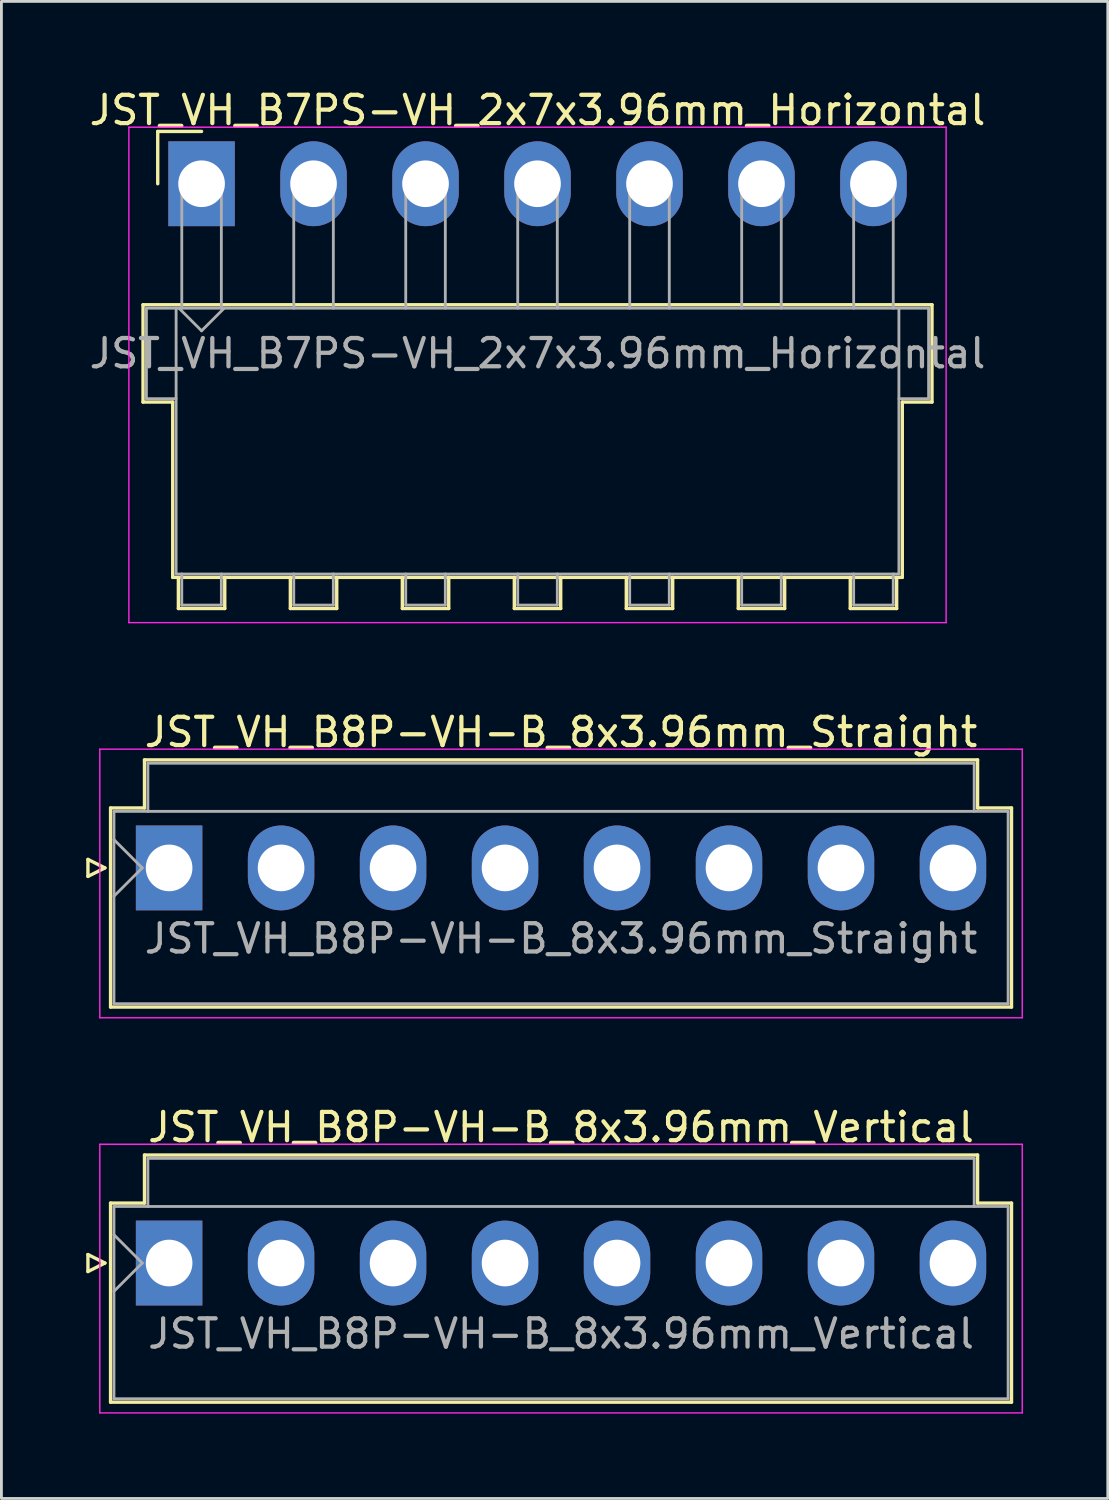
<source format=kicad_pcb>
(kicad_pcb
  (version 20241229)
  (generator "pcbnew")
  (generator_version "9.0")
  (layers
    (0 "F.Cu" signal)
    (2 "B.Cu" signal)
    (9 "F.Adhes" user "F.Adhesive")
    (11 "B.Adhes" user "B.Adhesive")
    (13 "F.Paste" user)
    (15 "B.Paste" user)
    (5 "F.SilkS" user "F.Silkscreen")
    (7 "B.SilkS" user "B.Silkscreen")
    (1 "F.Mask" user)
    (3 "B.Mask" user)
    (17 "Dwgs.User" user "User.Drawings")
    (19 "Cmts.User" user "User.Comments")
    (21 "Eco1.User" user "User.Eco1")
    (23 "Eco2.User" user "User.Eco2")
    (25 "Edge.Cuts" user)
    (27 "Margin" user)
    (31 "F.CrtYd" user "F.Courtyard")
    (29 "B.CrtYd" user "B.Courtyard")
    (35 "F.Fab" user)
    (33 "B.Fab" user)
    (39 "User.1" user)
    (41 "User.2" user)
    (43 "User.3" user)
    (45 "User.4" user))
  (footprint "JST_VH_B7PS-VH_2x7x3.96mm_Horizontal"
    (layer "F.Cu")
    (at 4.078 3.448)
    (property "Reference" "JST_VH_B7PS-VH_2x7x3.96mm_Horizontal" (at 11.88 -2.6 0) (layer "F.SilkS") (effects (font (size 1 1) (thickness 0.15))))
    (attr through_hole)
    (fp_line (start -2.07 4.28) (end 25.83 4.28) (stroke (width 0.12) (type solid)) (layer "F.SilkS"))
    (fp_line (start -2.07 7.72) (end -2.07 4.28) (stroke (width 0.12) (type solid)) (layer "F.SilkS"))
    (fp_line (start -1.55 -1.85) (end -1.55 0) (stroke (width 0.12) (type solid)) (layer "F.SilkS"))
    (fp_line (start -1.02 7.72) (end -2.07 7.72) (stroke (width 0.12) (type solid)) (layer "F.SilkS"))
    (fp_line (start -1.02 13.92) (end -1.02 7.72) (stroke (width 0.12) (type solid)) (layer "F.SilkS"))
    (fp_line (start -0.82 13.92) (end -0.82 15.02) (stroke (width 0.12) (type solid)) (layer "F.SilkS"))
    (fp_line (start -0.82 15.02) (end 0.82 15.02) (stroke (width 0.12) (type solid)) (layer "F.SilkS"))
    (fp_line (start 0 -1.85) (end -1.55 -1.85) (stroke (width 0.12) (type solid)) (layer "F.SilkS"))
    (fp_line (start 0.82 15.02) (end 0.82 13.92) (stroke (width 0.12) (type solid)) (layer "F.SilkS"))
    (fp_line (start 3.14 13.92) (end 3.14 15.02) (stroke (width 0.12) (type solid)) (layer "F.SilkS"))
    (fp_line (start 3.14 15.02) (end 4.78 15.02) (stroke (width 0.12) (type solid)) (layer "F.SilkS"))
    (fp_line (start 4.78 15.02) (end 4.78 13.92) (stroke (width 0.12) (type solid)) (layer "F.SilkS"))
    (fp_line (start 7.1 13.92) (end 7.1 15.02) (stroke (width 0.12) (type solid)) (layer "F.SilkS"))
    (fp_line (start 7.1 15.02) (end 8.74 15.02) (stroke (width 0.12) (type solid)) (layer "F.SilkS"))
    (fp_line (start 8.74 15.02) (end 8.74 13.92) (stroke (width 0.12) (type solid)) (layer "F.SilkS"))
    (fp_line (start 11.06 13.92) (end 11.06 15.02) (stroke (width 0.12) (type solid)) (layer "F.SilkS"))
    (fp_line (start 11.06 15.02) (end 12.7 15.02) (stroke (width 0.12) (type solid)) (layer "F.SilkS"))
    (fp_line (start 12.7 15.02) (end 12.7 13.92) (stroke (width 0.12) (type solid)) (layer "F.SilkS"))
    (fp_line (start 15.02 13.92) (end 15.02 15.02) (stroke (width 0.12) (type solid)) (layer "F.SilkS"))
    (fp_line (start 15.02 15.02) (end 16.66 15.02) (stroke (width 0.12) (type solid)) (layer "F.SilkS"))
    (fp_line (start 16.66 15.02) (end 16.66 13.92) (stroke (width 0.12) (type solid)) (layer "F.SilkS"))
    (fp_line (start 18.98 13.92) (end 18.98 15.02) (stroke (width 0.12) (type solid)) (layer "F.SilkS"))
    (fp_line (start 18.98 15.02) (end 20.62 15.02) (stroke (width 0.12) (type solid)) (layer "F.SilkS"))
    (fp_line (start 20.62 15.02) (end 20.62 13.92) (stroke (width 0.12) (type solid)) (layer "F.SilkS"))
    (fp_line (start 22.94 13.92) (end 22.94 15.02) (stroke (width 0.12) (type solid)) (layer "F.SilkS"))
    (fp_line (start 22.94 15.02) (end 24.58 15.02) (stroke (width 0.12) (type solid)) (layer "F.SilkS"))
    (fp_line (start 24.58 15.02) (end 24.58 13.92) (stroke (width 0.12) (type solid)) (layer "F.SilkS"))
    (fp_line (start 24.78 7.72) (end 24.78 13.92) (stroke (width 0.12) (type solid)) (layer "F.SilkS"))
    (fp_line (start 24.78 13.92) (end -1.02 13.92) (stroke (width 0.12) (type solid)) (layer "F.SilkS"))
    (fp_line (start 25.83 4.28) (end 25.83 7.72) (stroke (width 0.12) (type solid)) (layer "F.SilkS"))
    (fp_line (start 25.83 7.72) (end 24.78 7.72) (stroke (width 0.12) (type solid)) (layer "F.SilkS"))
    (fp_line (start -2.57 -2) (end -2.57 15.52) (stroke (width 0.05) (type solid)) (layer "F.CrtYd"))
    (fp_line (start -2.57 15.52) (end 26.33 15.52) (stroke (width 0.05) (type solid)) (layer "F.CrtYd"))
    (fp_line (start 26.33 -2) (end -2.57 -2) (stroke (width 0.05) (type solid)) (layer "F.CrtYd"))
    (fp_line (start 26.33 15.52) (end 26.33 -2) (stroke (width 0.05) (type solid)) (layer "F.CrtYd"))
    (fp_line (start -1.95 4.4) (end -0.9 4.4) (stroke (width 0.1) (type solid)) (layer "F.Fab"))
    (fp_line (start -1.95 7.6) (end -1.95 4.4) (stroke (width 0.1) (type solid)) (layer "F.Fab"))
    (fp_line (start -0.9 4.4) (end -0.9 13.8) (stroke (width 0.1) (type solid)) (layer "F.Fab"))
    (fp_line (start -0.9 7.6) (end -1.95 7.6) (stroke (width 0.1) (type solid)) (layer "F.Fab"))
    (fp_line (start -0.9 13.8) (end 24.66 13.8) (stroke (width 0.1) (type solid)) (layer "F.Fab"))
    (fp_line (start -0.8 4.4) (end 0 5.2) (stroke (width 0.1) (type solid)) (layer "F.Fab"))
    (fp_line (start -0.7 0) (end 0.7 0) (stroke (width 0.1) (type solid)) (layer "F.Fab"))
    (fp_line (start -0.7 4.4) (end -0.7 0) (stroke (width 0.1) (type solid)) (layer "F.Fab"))
    (fp_line (start -0.7 13.8) (end -0.7 14.9) (stroke (width 0.1) (type solid)) (layer "F.Fab"))
    (fp_line (start -0.7 14.9) (end 0.7 14.9) (stroke (width 0.1) (type solid)) (layer "F.Fab"))
    (fp_line (start 0 5.2) (end 0.8 4.4) (stroke (width 0.1) (type solid)) (layer "F.Fab"))
    (fp_line (start 0.7 0) (end 0.7 4.4) (stroke (width 0.1) (type solid)) (layer "F.Fab"))
    (fp_line (start 0.7 14.9) (end 0.7 13.8) (stroke (width 0.1) (type solid)) (layer "F.Fab"))
    (fp_line (start 3.26 0) (end 4.66 0) (stroke (width 0.1) (type solid)) (layer "F.Fab"))
    (fp_line (start 3.26 4.4) (end 3.26 0) (stroke (width 0.1) (type solid)) (layer "F.Fab"))
    (fp_line (start 3.26 13.8) (end 3.26 14.9) (stroke (width 0.1) (type solid)) (layer "F.Fab"))
    (fp_line (start 3.26 14.9) (end 4.66 14.9) (stroke (width 0.1) (type solid)) (layer "F.Fab"))
    (fp_line (start 4.66 0) (end 4.66 4.4) (stroke (width 0.1) (type solid)) (layer "F.Fab"))
    (fp_line (start 4.66 14.9) (end 4.66 13.8) (stroke (width 0.1) (type solid)) (layer "F.Fab"))
    (fp_line (start 7.22 0) (end 8.62 0) (stroke (width 0.1) (type solid)) (layer "F.Fab"))
    (fp_line (start 7.22 4.4) (end 7.22 0) (stroke (width 0.1) (type solid)) (layer "F.Fab"))
    (fp_line (start 7.22 13.8) (end 7.22 14.9) (stroke (width 0.1) (type solid)) (layer "F.Fab"))
    (fp_line (start 7.22 14.9) (end 8.62 14.9) (stroke (width 0.1) (type solid)) (layer "F.Fab"))
    (fp_line (start 8.62 0) (end 8.62 4.4) (stroke (width 0.1) (type solid)) (layer "F.Fab"))
    (fp_line (start 8.62 14.9) (end 8.62 13.8) (stroke (width 0.1) (type solid)) (layer "F.Fab"))
    (fp_line (start 11.18 0) (end 12.58 0) (stroke (width 0.1) (type solid)) (layer "F.Fab"))
    (fp_line (start 11.18 4.4) (end 11.18 0) (stroke (width 0.1) (type solid)) (layer "F.Fab"))
    (fp_line (start 11.18 13.8) (end 11.18 14.9) (stroke (width 0.1) (type solid)) (layer "F.Fab"))
    (fp_line (start 11.18 14.9) (end 12.58 14.9) (stroke (width 0.1) (type solid)) (layer "F.Fab"))
    (fp_line (start 12.58 0) (end 12.58 4.4) (stroke (width 0.1) (type solid)) (layer "F.Fab"))
    (fp_line (start 12.58 14.9) (end 12.58 13.8) (stroke (width 0.1) (type solid)) (layer "F.Fab"))
    (fp_line (start 15.14 0) (end 16.54 0) (stroke (width 0.1) (type solid)) (layer "F.Fab"))
    (fp_line (start 15.14 4.4) (end 15.14 0) (stroke (width 0.1) (type solid)) (layer "F.Fab"))
    (fp_line (start 15.14 13.8) (end 15.14 14.9) (stroke (width 0.1) (type solid)) (layer "F.Fab"))
    (fp_line (start 15.14 14.9) (end 16.54 14.9) (stroke (width 0.1) (type solid)) (layer "F.Fab"))
    (fp_line (start 16.54 0) (end 16.54 4.4) (stroke (width 0.1) (type solid)) (layer "F.Fab"))
    (fp_line (start 16.54 14.9) (end 16.54 13.8) (stroke (width 0.1) (type solid)) (layer "F.Fab"))
    (fp_line (start 19.1 0) (end 20.5 0) (stroke (width 0.1) (type solid)) (layer "F.Fab"))
    (fp_line (start 19.1 4.4) (end 19.1 0) (stroke (width 0.1) (type solid)) (layer "F.Fab"))
    (fp_line (start 19.1 13.8) (end 19.1 14.9) (stroke (width 0.1) (type solid)) (layer "F.Fab"))
    (fp_line (start 19.1 14.9) (end 20.5 14.9) (stroke (width 0.1) (type solid)) (layer "F.Fab"))
    (fp_line (start 20.5 0) (end 20.5 4.4) (stroke (width 0.1) (type solid)) (layer "F.Fab"))
    (fp_line (start 20.5 14.9) (end 20.5 13.8) (stroke (width 0.1) (type solid)) (layer "F.Fab"))
    (fp_line (start 23.06 0) (end 24.46 0) (stroke (width 0.1) (type solid)) (layer "F.Fab"))
    (fp_line (start 23.06 4.4) (end 23.06 0) (stroke (width 0.1) (type solid)) (layer "F.Fab"))
    (fp_line (start 23.06 13.8) (end 23.06 14.9) (stroke (width 0.1) (type solid)) (layer "F.Fab"))
    (fp_line (start 23.06 14.9) (end 24.46 14.9) (stroke (width 0.1) (type solid)) (layer "F.Fab"))
    (fp_line (start 24.46 0) (end 24.46 4.4) (stroke (width 0.1) (type solid)) (layer "F.Fab"))
    (fp_line (start 24.46 14.9) (end 24.46 13.8) (stroke (width 0.1) (type solid)) (layer "F.Fab"))
    (fp_line (start 24.66 4.4) (end -0.9 4.4) (stroke (width 0.1) (type solid)) (layer "F.Fab"))
    (fp_line (start 24.66 4.4) (end 25.71 4.4) (stroke (width 0.1) (type solid)) (layer "F.Fab"))
    (fp_line (start 24.66 13.8) (end 24.66 4.4) (stroke (width 0.1) (type solid)) (layer "F.Fab"))
    (fp_line (start 25.71 4.4) (end 25.71 7.6) (stroke (width 0.1) (type solid)) (layer "F.Fab"))
    (fp_line (start 25.71 7.6) (end 24.66 7.6) (stroke (width 0.1) (type solid)) (layer "F.Fab"))
    (fp_text user "${REFERENCE}" (at 11.88 6 0) (layer "F.Fab") (effects (font (size 1 1) (thickness 0.15))))
    (pad "1" thru_hole rect (at 0 0) (size 2.35 3) (drill 1.65) (layers "*.Cu" "*.Mask"))
    (pad "2" thru_hole oval (at 3.96 0) (size 2.35 3) (drill 1.65) (layers "*.Cu" "*.Mask"))
    (pad "3" thru_hole oval (at 7.92 0) (size 2.35 3) (drill 1.65) (layers "*.Cu" "*.Mask"))
    (pad "4" thru_hole oval (at 11.88 0) (size 2.35 3) (drill 1.65) (layers "*.Cu" "*.Mask"))
    (pad "5" thru_hole oval (at 15.84 0) (size 2.35 3) (drill 1.65) (layers "*.Cu" "*.Mask"))
    (pad "6" thru_hole oval (at 19.8 0) (size 2.35 3) (drill 1.65) (layers "*.Cu" "*.Mask"))
    (pad "7" thru_hole oval (at 23.76 0) (size 2.35 3) (drill 1.65) (layers "*.Cu" "*.Mask")))
  (footprint "JST_VH_B8P-VH-B_8x3.96mm_Straight"
    (layer "F.Cu")
    (at 2.93 27.642)
    (property "Reference" "JST_VH_B8P-VH-B_8x3.96mm_Straight" (at 13.86 -4.8 0) (layer "F.SilkS") (effects (font (size 1 1) (thickness 0.15))))
    (attr through_hole)
    (fp_line (start -2.87 -0.3) (end -2.27 0) (stroke (width 0.12) (type solid)) (layer "F.SilkS"))
    (fp_line (start -2.87 0.3) (end -2.87 -0.3) (stroke (width 0.12) (type solid)) (layer "F.SilkS"))
    (fp_line (start -2.27 0) (end -2.87 0.3) (stroke (width 0.12) (type solid)) (layer "F.SilkS"))
    (fp_line (start -2.07 -2.12) (end -0.87 -2.12) (stroke (width 0.12) (type solid)) (layer "F.SilkS"))
    (fp_line (start -2.07 4.92) (end -2.07 -2.12) (stroke (width 0.12) (type solid)) (layer "F.SilkS"))
    (fp_line (start -0.87 -3.82) (end 28.59 -3.82) (stroke (width 0.12) (type solid)) (layer "F.SilkS"))
    (fp_line (start -0.87 -2.12) (end -0.87 -3.82) (stroke (width 0.12) (type solid)) (layer "F.SilkS"))
    (fp_line (start 28.59 -3.82) (end 28.59 -2.12) (stroke (width 0.12) (type solid)) (layer "F.SilkS"))
    (fp_line (start 28.59 -2.12) (end 29.79 -2.12) (stroke (width 0.12) (type solid)) (layer "F.SilkS"))
    (fp_line (start 29.79 -2.12) (end 29.79 4.92) (stroke (width 0.12) (type solid)) (layer "F.SilkS"))
    (fp_line (start 29.79 4.92) (end -2.07 4.92) (stroke (width 0.12) (type solid)) (layer "F.SilkS"))
    (fp_line (start -2.45 -4.2) (end -2.45 5.3) (stroke (width 0.05) (type solid)) (layer "F.CrtYd"))
    (fp_line (start -2.45 5.3) (end 30.17 5.3) (stroke (width 0.05) (type solid)) (layer "F.CrtYd"))
    (fp_line (start 30.17 -4.2) (end -2.45 -4.2) (stroke (width 0.05) (type solid)) (layer "F.CrtYd"))
    (fp_line (start 30.17 5.3) (end 30.17 -4.2) (stroke (width 0.05) (type solid)) (layer "F.CrtYd"))
    (fp_line (start -1.95 -2) (end -1.95 4.8) (stroke (width 0.1) (type solid)) (layer "F.Fab"))
    (fp_line (start -1.95 -1) (end -0.95 0) (stroke (width 0.1) (type solid)) (layer "F.Fab"))
    (fp_line (start -1.95 1) (end -0.95 0) (stroke (width 0.1) (type solid)) (layer "F.Fab"))
    (fp_line (start -1.95 4.8) (end 29.67 4.8) (stroke (width 0.1) (type solid)) (layer "F.Fab"))
    (fp_line (start -0.75 -3.7) (end 28.47 -3.7) (stroke (width 0.1) (type solid)) (layer "F.Fab"))
    (fp_line (start -0.75 -2) (end -0.75 -3.7) (stroke (width 0.1) (type solid)) (layer "F.Fab"))
    (fp_line (start 28.47 -3.7) (end 28.47 -2) (stroke (width 0.1) (type solid)) (layer "F.Fab"))
    (fp_line (start 29.67 -2) (end -1.95 -2) (stroke (width 0.1) (type solid)) (layer "F.Fab"))
    (fp_line (start 29.67 4.8) (end 29.67 -2) (stroke (width 0.1) (type solid)) (layer "F.Fab"))
    (fp_text user "${REFERENCE}" (at 13.86 2.5 0) (layer "F.Fab") (effects (font (size 1 1) (thickness 0.15))))
    (pad "1" thru_hole rect (at 0 0) (size 2.35 3) (drill 1.65) (layers "*.Cu" "*.Mask"))
    (pad "2" thru_hole oval (at 3.96 0) (size 2.35 3) (drill 1.65) (layers "*.Cu" "*.Mask"))
    (pad "3" thru_hole oval (at 7.92 0) (size 2.35 3) (drill 1.65) (layers "*.Cu" "*.Mask"))
    (pad "4" thru_hole oval (at 11.88 0) (size 2.35 3) (drill 1.65) (layers "*.Cu" "*.Mask"))
    (pad "5" thru_hole oval (at 15.84 0) (size 2.35 3) (drill 1.65) (layers "*.Cu" "*.Mask"))
    (pad "6" thru_hole oval (at 19.8 0) (size 2.35 3) (drill 1.65) (layers "*.Cu" "*.Mask"))
    (pad "7" thru_hole oval (at 23.76 0) (size 2.35 3) (drill 1.65) (layers "*.Cu" "*.Mask"))
    (pad "8" thru_hole oval (at 27.72 0) (size 2.35 3) (drill 1.65) (layers "*.Cu" "*.Mask")))
  (footprint "JST_VH_B8P-VH-B_8x3.96mm_Vertical"
    (layer "F.Cu")
    (at 2.93 41.615)
    (property "Reference" "JST_VH_B8P-VH-B_8x3.96mm_Vertical" (at 13.86 -4.8 0) (layer "F.SilkS") (effects (font (size 1 1) (thickness 0.15))))
    (attr through_hole)
    (fp_line (start -2.87 -0.3) (end -2.27 0) (stroke (width 0.12) (type solid)) (layer "F.SilkS"))
    (fp_line (start -2.87 0.3) (end -2.87 -0.3) (stroke (width 0.12) (type solid)) (layer "F.SilkS"))
    (fp_line (start -2.27 0) (end -2.87 0.3) (stroke (width 0.12) (type solid)) (layer "F.SilkS"))
    (fp_line (start -2.07 -2.12) (end -0.87 -2.12) (stroke (width 0.12) (type solid)) (layer "F.SilkS"))
    (fp_line (start -2.07 4.92) (end -2.07 -2.12) (stroke (width 0.12) (type solid)) (layer "F.SilkS"))
    (fp_line (start -0.87 -3.82) (end 28.59 -3.82) (stroke (width 0.12) (type solid)) (layer "F.SilkS"))
    (fp_line (start -0.87 -2.12) (end -0.87 -3.82) (stroke (width 0.12) (type solid)) (layer "F.SilkS"))
    (fp_line (start 28.59 -3.82) (end 28.59 -2.12) (stroke (width 0.12) (type solid)) (layer "F.SilkS"))
    (fp_line (start 28.59 -2.12) (end 29.79 -2.12) (stroke (width 0.12) (type solid)) (layer "F.SilkS"))
    (fp_line (start 29.79 -2.12) (end 29.79 4.92) (stroke (width 0.12) (type solid)) (layer "F.SilkS"))
    (fp_line (start 29.79 4.92) (end -2.07 4.92) (stroke (width 0.12) (type solid)) (layer "F.SilkS"))
    (fp_line (start -2.45 -4.2) (end -2.45 5.3) (stroke (width 0.05) (type solid)) (layer "F.CrtYd"))
    (fp_line (start -2.45 5.3) (end 30.17 5.3) (stroke (width 0.05) (type solid)) (layer "F.CrtYd"))
    (fp_line (start 30.17 -4.2) (end -2.45 -4.2) (stroke (width 0.05) (type solid)) (layer "F.CrtYd"))
    (fp_line (start 30.17 5.3) (end 30.17 -4.2) (stroke (width 0.05) (type solid)) (layer "F.CrtYd"))
    (fp_line (start -1.95 -2) (end -1.95 4.8) (stroke (width 0.1) (type solid)) (layer "F.Fab"))
    (fp_line (start -1.95 -1) (end -0.95 0) (stroke (width 0.1) (type solid)) (layer "F.Fab"))
    (fp_line (start -1.95 1) (end -0.95 0) (stroke (width 0.1) (type solid)) (layer "F.Fab"))
    (fp_line (start -1.95 4.8) (end 29.67 4.8) (stroke (width 0.1) (type solid)) (layer "F.Fab"))
    (fp_line (start -0.75 -3.7) (end 28.47 -3.7) (stroke (width 0.1) (type solid)) (layer "F.Fab"))
    (fp_line (start -0.75 -2) (end -0.75 -3.7) (stroke (width 0.1) (type solid)) (layer "F.Fab"))
    (fp_line (start 28.47 -3.7) (end 28.47 -2) (stroke (width 0.1) (type solid)) (layer "F.Fab"))
    (fp_line (start 29.67 -2) (end -1.95 -2) (stroke (width 0.1) (type solid)) (layer "F.Fab"))
    (fp_line (start 29.67 4.8) (end 29.67 -2) (stroke (width 0.1) (type solid)) (layer "F.Fab"))
    (fp_text user "${REFERENCE}" (at 13.86 2.5 0) (layer "F.Fab") (effects (font (size 1 1) (thickness 0.15))))
    (pad "1" thru_hole rect (at 0 0) (size 2.35 3) (drill 1.65) (layers "*.Cu" "*.Mask"))
    (pad "2" thru_hole oval (at 3.96 0) (size 2.35 3) (drill 1.65) (layers "*.Cu" "*.Mask"))
    (pad "3" thru_hole oval (at 7.92 0) (size 2.35 3) (drill 1.65) (layers "*.Cu" "*.Mask"))
    (pad "4" thru_hole oval (at 11.88 0) (size 2.35 3) (drill 1.65) (layers "*.Cu" "*.Mask"))
    (pad "5" thru_hole oval (at 15.84 0) (size 2.35 3) (drill 1.65) (layers "*.Cu" "*.Mask"))
    (pad "6" thru_hole oval (at 19.8 0) (size 2.35 3) (drill 1.65) (layers "*.Cu" "*.Mask"))
    (pad "7" thru_hole oval (at 23.76 0) (size 2.35 3) (drill 1.65) (layers "*.Cu" "*.Mask"))
    (pad "8" thru_hole oval (at 27.72 0) (size 2.35 3) (drill 1.65) (layers "*.Cu" "*.Mask")))
  (gr_rect
    (start -3 -3)
    (end 36.125 49.94)
    (stroke (width 0.1) (type default))
    (fill no)
    (layer "Edge.Cuts")))
</source>
